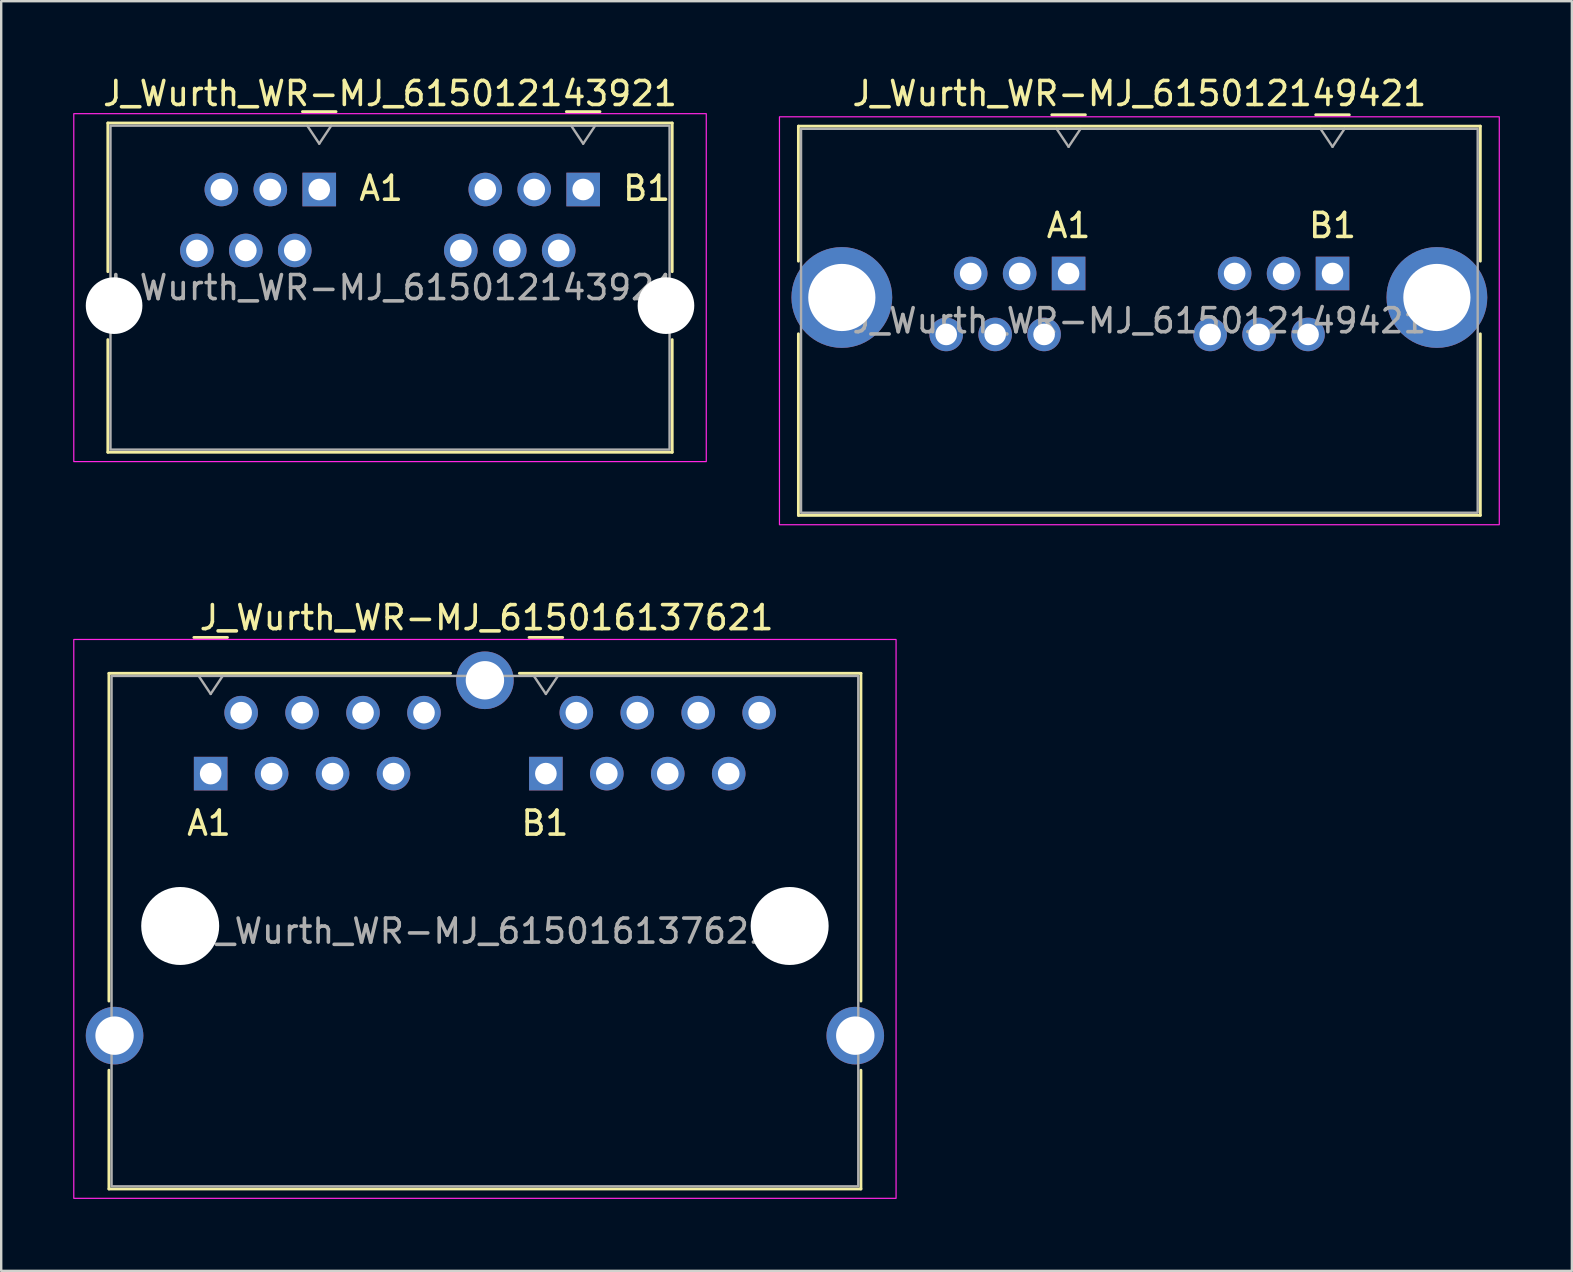
<source format=kicad_pcb>
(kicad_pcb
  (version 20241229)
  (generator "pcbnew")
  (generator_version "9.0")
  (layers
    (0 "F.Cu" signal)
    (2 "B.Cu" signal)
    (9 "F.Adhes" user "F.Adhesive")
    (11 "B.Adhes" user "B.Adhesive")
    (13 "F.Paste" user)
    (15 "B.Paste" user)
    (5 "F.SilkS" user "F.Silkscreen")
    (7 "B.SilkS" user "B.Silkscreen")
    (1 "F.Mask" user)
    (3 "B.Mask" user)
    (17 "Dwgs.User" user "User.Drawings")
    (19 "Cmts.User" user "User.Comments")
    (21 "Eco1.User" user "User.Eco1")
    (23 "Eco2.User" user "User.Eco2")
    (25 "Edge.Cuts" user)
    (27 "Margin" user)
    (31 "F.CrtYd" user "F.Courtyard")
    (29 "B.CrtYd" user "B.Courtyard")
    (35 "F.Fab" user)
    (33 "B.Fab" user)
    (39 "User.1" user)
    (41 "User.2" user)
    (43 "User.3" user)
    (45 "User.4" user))
  (footprint "J_Wurth_WR-MJ_615016137621"
    (layer "F.Cu")
    (at 5.73 29.192)
    (property "Reference" "J_Wurth_WR-MJ_615016137621" (at 11.5 -6.5 0) (unlocked yes) (layer "F.SilkS") (effects (font (size 1 1) (thickness 0.15))))
    (attr through_hole)
    (fp_line (start -4.24 9.479) (end -4.24 -4.18) (stroke (width 0.12) (type solid)) (layer "F.SilkS"))
    (fp_line (start -4.24 12.361) (end -4.24 17.31) (stroke (width 0.12) (type solid)) (layer "F.SilkS"))
    (fp_line (start 0.7 -5.675) (end -0.7 -5.675) (stroke (width 0.12) (type solid)) (layer "F.SilkS"))
    (fp_line (start 9.999 -4.18) (end -4.24 -4.18) (stroke (width 0.12) (type solid)) (layer "F.SilkS"))
    (fp_line (start 12.865 -4.18) (end 27.1 -4.18) (stroke (width 0.12) (type solid)) (layer "F.SilkS"))
    (fp_line (start 14.67 -5.675) (end 13.27 -5.675) (stroke (width 0.12) (type solid)) (layer "F.SilkS"))
    (fp_line (start 27.1 12.361) (end 27.1 17.31) (stroke (width 0.12) (type solid)) (layer "F.SilkS"))
    (fp_line (start 27.1 17.31) (end -4.24 17.31) (stroke (width 0.12) (type solid)) (layer "F.SilkS"))
    (fp_line (start 27.1 9.479) (end 27.1 -4.18) (stroke (width 0.12) (type solid)) (layer "F.SilkS"))
    (fp_rect (start -5.705 -5.59) (end 28.565 17.7) (stroke (width 0.05) (type solid)) (fill no) (layer "F.CrtYd"))
    (fp_line (start 0 -3.32) (end -0.5 -4.07) (stroke (width 0.1) (type solid)) (layer "F.Fab"))
    (fp_line (start 0 -3.32) (end 0.5 -4.07) (stroke (width 0.1) (type solid)) (layer "F.Fab"))
    (fp_line (start 13.97 -3.32) (end 13.47 -4.07) (stroke (width 0.1) (type solid)) (layer "F.Fab"))
    (fp_line (start 13.97 -3.32) (end 14.47 -4.07) (stroke (width 0.1) (type solid)) (layer "F.Fab"))
    (fp_rect (start -4.13 -4.07) (end 26.99 17.2) (stroke (width 0.1) (type solid)) (fill no) (layer "F.Fab"))
    (fp_text user "B1" (at 13.93 2.065 0) (unlocked yes) (layer "F.SilkS") (effects (font (size 1 1) (thickness 0.15))))
    (fp_text user "A1" (at -0.07 2.065 0) (unlocked yes) (layer "F.SilkS") (effects (font (size 1 1) (thickness 0.15))))
    (fp_text user "${REFERENCE}" (at 11.43 6.565 0) (unlocked yes) (layer "F.Fab") (effects (font (size 1 1) (thickness 0.15))))
    (pad "" np_thru_hole circle (at -1.27 6.35) (size 3.25 3.25) (drill 3.25) (layers "*.Cu" "*.Mask"))
    (pad "" np_thru_hole circle (at 24.13 6.35) (size 3.25 3.25) (drill 3.25) (layers "*.Cu" "*.Mask"))
    (pad "A1" thru_hole rect (at 0 0) (size 1.4 1.4) (drill 0.9) (layers "*.Cu" "*.Mask"))
    (pad "A2" thru_hole circle (at 1.27 -2.54) (size 1.4 1.4) (drill 0.9) (layers "*.Cu" "*.Mask"))
    (pad "A3" thru_hole circle (at 2.54 0) (size 1.4 1.4) (drill 0.9) (layers "*.Cu" "*.Mask"))
    (pad "A4" thru_hole circle (at 3.81 -2.54) (size 1.4 1.4) (drill 0.9) (layers "*.Cu" "*.Mask"))
    (pad "A5" thru_hole circle (at 5.08 0) (size 1.4 1.4) (drill 0.9) (layers "*.Cu" "*.Mask"))
    (pad "A6" thru_hole circle (at 6.35 -2.54) (size 1.4 1.4) (drill 0.9) (layers "*.Cu" "*.Mask"))
    (pad "A7" thru_hole circle (at 7.62 0) (size 1.4 1.4) (drill 0.9) (layers "*.Cu" "*.Mask"))
    (pad "A8" thru_hole circle (at 8.89 -2.54) (size 1.4 1.4) (drill 0.9) (layers "*.Cu" "*.Mask"))
    (pad "B1" thru_hole rect (at 13.97 0) (size 1.4 1.4) (drill 0.9) (layers "*.Cu" "*.Mask"))
    (pad "B2" thru_hole circle (at 15.24 -2.54) (size 1.4 1.4) (drill 0.9) (layers "*.Cu" "*.Mask"))
    (pad "B3" thru_hole circle (at 16.51 0) (size 1.4 1.4) (drill 0.9) (layers "*.Cu" "*.Mask"))
    (pad "B4" thru_hole circle (at 17.78 -2.54) (size 1.4 1.4) (drill 0.9) (layers "*.Cu" "*.Mask"))
    (pad "B5" thru_hole circle (at 19.05 0) (size 1.4 1.4) (drill 0.9) (layers "*.Cu" "*.Mask"))
    (pad "B6" thru_hole circle (at 20.32 -2.54) (size 1.4 1.4) (drill 0.9) (layers "*.Cu" "*.Mask"))
    (pad "B7" thru_hole circle (at 21.59 0) (size 1.4 1.4) (drill 0.9) (layers "*.Cu" "*.Mask"))
    (pad "B8" thru_hole circle (at 22.86 -2.54) (size 1.4 1.4) (drill 0.9) (layers "*.Cu" "*.Mask"))
    (pad "S1" thru_hole circle (at -4.005 10.92) (size 2.4 2.4) (drill 1.6) (layers "*.Cu" "*.Mask"))
    (pad "S2" thru_hole circle (at 11.43 -3.89) (size 2.4 2.4) (drill 1.6) (layers "*.Cu" "*.Mask"))
    (pad "S3" thru_hole circle (at 26.865 10.92) (size 2.4 2.4) (drill 1.6) (layers "*.Cu" "*.Mask")))
  (footprint "J_Wurth_WR-MJ_615012143921"
    (layer "F.Cu")
    (at 10.255 4.848)
    (property "Reference" "J_Wurth_WR-MJ_615012143921" (at 2.95 -4 0) (unlocked yes) (layer "F.SilkS") (effects (font (size 1 1) (thickness 0.15))))
    (attr through_hole)
    (fp_line (start -8.81 3.424) (end -8.81 -2.77) (stroke (width 0.12) (type solid)) (layer "F.SilkS"))
    (fp_line (start -8.81 6.256) (end -8.81 10.95) (stroke (width 0.12) (type solid)) (layer "F.SilkS"))
    (fp_line (start -8.81 -2.77) (end 14.71 -2.77) (stroke (width 0.12) (type solid)) (layer "F.SilkS"))
    (fp_line (start 0.7 -3.245) (end -0.7 -3.245) (stroke (width 0.12) (type solid)) (layer "F.SilkS"))
    (fp_line (start 11.7 -3.245) (end 10.3 -3.245) (stroke (width 0.12) (type solid)) (layer "F.SilkS"))
    (fp_line (start 14.71 3.424) (end 14.71 -2.77) (stroke (width 0.12) (type solid)) (layer "F.SilkS"))
    (fp_line (start 14.71 10.95) (end -8.81 10.95) (stroke (width 0.12) (type solid)) (layer "F.SilkS"))
    (fp_line (start 14.71 6.256) (end 14.71 10.95) (stroke (width 0.12) (type solid)) (layer "F.SilkS"))
    (fp_rect (start -10.23 -3.16) (end 16.13 11.34) (stroke (width 0.05) (type solid)) (fill no) (layer "F.CrtYd"))
    (fp_line (start 0 -1.91) (end -0.5 -2.66) (stroke (width 0.1) (type solid)) (layer "F.Fab"))
    (fp_line (start 0 -1.91) (end 0.5 -2.66) (stroke (width 0.1) (type solid)) (layer "F.Fab"))
    (fp_line (start 11 -1.91) (end 10.5 -2.66) (stroke (width 0.1) (type solid)) (layer "F.Fab"))
    (fp_line (start 11 -1.91) (end 11.5 -2.66) (stroke (width 0.1) (type solid)) (layer "F.Fab"))
    (fp_rect (start -8.7 -2.66) (end 14.6 10.84) (stroke (width 0.1) (type solid)) (fill no) (layer "F.Fab"))
    (fp_text user "B1" (at 12.57 0.535 0) (unlocked yes) (layer "F.SilkS") (effects (font (size 1 1) (thickness 0.15)) (justify left bottom)))
    (fp_text user "A1" (at 1.575 0.535 0) (unlocked yes) (layer "F.SilkS") (effects (font (size 1 1) (thickness 0.15)) (justify left bottom)))
    (fp_text user "${REFERENCE}" (at 2.95 4.09 0) (unlocked yes) (layer "F.Fab") (effects (font (size 1 1) (thickness 0.15))))
    (pad "" np_thru_hole circle (at -8.55 4.84) (size 2.36 2.36) (drill 2.36) (layers "*.Cu" "*.Mask"))
    (pad "" np_thru_hole circle (at 14.45 4.84) (size 2.36 2.36) (drill 2.36) (layers "*.Cu" "*.Mask"))
    (pad "A1" thru_hole rect (at 0 0) (size 1.4 1.4) (drill 0.9) (layers "*.Cu" "*.Mask"))
    (pad "A2" thru_hole circle (at -1.02 2.54) (size 1.4 1.4) (drill 0.9) (layers "*.Cu" "*.Mask"))
    (pad "A3" thru_hole circle (at -2.04 0) (size 1.4 1.4) (drill 0.9) (layers "*.Cu" "*.Mask"))
    (pad "A4" thru_hole circle (at -3.06 2.54) (size 1.4 1.4) (drill 0.9) (layers "*.Cu" "*.Mask"))
    (pad "A5" thru_hole circle (at -4.08 0) (size 1.4 1.4) (drill 0.9) (layers "*.Cu" "*.Mask"))
    (pad "A6" thru_hole circle (at -5.1 2.54) (size 1.4 1.4) (drill 0.9) (layers "*.Cu" "*.Mask"))
    (pad "B1" thru_hole rect (at 11 0) (size 1.4 1.4) (drill 0.9) (layers "*.Cu" "*.Mask"))
    (pad "B2" thru_hole circle (at 9.98 2.54) (size 1.4 1.4) (drill 0.9) (layers "*.Cu" "*.Mask"))
    (pad "B3" thru_hole circle (at 8.96 0) (size 1.4 1.4) (drill 0.9) (layers "*.Cu" "*.Mask"))
    (pad "B4" thru_hole circle (at 7.94 2.54) (size 1.4 1.4) (drill 0.9) (layers "*.Cu" "*.Mask"))
    (pad "B5" thru_hole circle (at 6.92 0) (size 1.4 1.4) (drill 0.9) (layers "*.Cu" "*.Mask"))
    (pad "B6" thru_hole circle (at 5.9 2.54) (size 1.4 1.4) (drill 0.9) (layers "*.Cu" "*.Mask")))
  (footprint "J_Wurth_WR-MJ_615012149421"
    (layer "F.Cu")
    (at 41.485 8.348)
    (property "Reference" "J_Wurth_WR-MJ_615012149421" (at 2.95 -7.5 0) (unlocked yes) (layer "F.SilkS") (effects (font (size 1 1) (thickness 0.15))))
    (attr through_hole)
    (fp_line (start -11.26 -0.514) (end -11.26 -6.14) (stroke (width 0.12) (type solid)) (layer "F.SilkS"))
    (fp_line (start -11.26 2.514) (end -11.26 10.08) (stroke (width 0.12) (type solid)) (layer "F.SilkS"))
    (fp_line (start 0.7 -6.615) (end -0.7 -6.615) (stroke (width 0.12) (type solid)) (layer "F.SilkS"))
    (fp_line (start 11.7 -6.615) (end 10.3 -6.615) (stroke (width 0.12) (type solid)) (layer "F.SilkS"))
    (fp_line (start 17.16 -6.14) (end -11.26 -6.14) (stroke (width 0.12) (type solid)) (layer "F.SilkS"))
    (fp_line (start 17.16 -0.514) (end 17.16 -6.14) (stroke (width 0.12) (type solid)) (layer "F.SilkS"))
    (fp_line (start 17.16 2.514) (end 17.16 10.08) (stroke (width 0.12) (type solid)) (layer "F.SilkS"))
    (fp_line (start 17.16 10.08) (end -11.26 10.08) (stroke (width 0.12) (type solid)) (layer "F.SilkS"))
    (fp_rect (start -12.05 -6.53) (end 17.95 10.47) (stroke (width 0.05) (type solid)) (fill no) (layer "F.CrtYd"))
    (fp_line (start 0 -5.28) (end -0.5 -6.03) (stroke (width 0.1) (type solid)) (layer "F.Fab"))
    (fp_line (start 0 -5.28) (end 0.5 -6.03) (stroke (width 0.1) (type solid)) (layer "F.Fab"))
    (fp_line (start 11 -5.28) (end 10.5 -6.03) (stroke (width 0.1) (type solid)) (layer "F.Fab"))
    (fp_line (start 11 -5.28) (end 11.5 -6.03) (stroke (width 0.1) (type solid)) (layer "F.Fab"))
    (fp_rect (start -11.15 -6.03) (end 17.05 9.97) (stroke (width 0.1) (type solid)) (fill no) (layer "F.Fab"))
    (fp_text user "A1" (at 0 -2 0) (unlocked yes) (layer "F.SilkS") (effects (font (size 1 1) (thickness 0.15))))
    (fp_text user "B1" (at 11 -2 0) (unlocked yes) (layer "F.SilkS") (effects (font (size 1 1) (thickness 0.15))))
    (fp_text user "${REFERENCE}" (at 2.95 1.97 0) (unlocked yes) (layer "F.Fab") (effects (font (size 1 1) (thickness 0.15))))
    (pad "A1" thru_hole rect (at 0 0) (size 1.4 1.4) (drill 0.9) (layers "*.Cu" "*.Mask"))
    (pad "A2" thru_hole circle (at -1.02 2.54) (size 1.4 1.4) (drill 0.9) (layers "*.Cu" "*.Mask"))
    (pad "A3" thru_hole circle (at -2.04 0) (size 1.4 1.4) (drill 0.9) (layers "*.Cu" "*.Mask"))
    (pad "A4" thru_hole circle (at -3.06 2.54) (size 1.4 1.4) (drill 0.9) (layers "*.Cu" "*.Mask"))
    (pad "A5" thru_hole circle (at -4.08 0) (size 1.4 1.4) (drill 0.9) (layers "*.Cu" "*.Mask"))
    (pad "A6" thru_hole circle (at -5.1 2.54) (size 1.4 1.4) (drill 0.9) (layers "*.Cu" "*.Mask"))
    (pad "B1" thru_hole rect (at 11 0) (size 1.4 1.4) (drill 0.9) (layers "*.Cu" "*.Mask"))
    (pad "B2" thru_hole circle (at 9.98 2.54) (size 1.4 1.4) (drill 0.9) (layers "*.Cu" "*.Mask"))
    (pad "B3" thru_hole circle (at 8.96 0) (size 1.4 1.4) (drill 0.9) (layers "*.Cu" "*.Mask"))
    (pad "B4" thru_hole circle (at 7.94 2.54) (size 1.4 1.4) (drill 0.9) (layers "*.Cu" "*.Mask"))
    (pad "B5" thru_hole circle (at 6.92 0) (size 1.4 1.4) (drill 0.9) (layers "*.Cu" "*.Mask"))
    (pad "B6" thru_hole circle (at 5.9 2.54) (size 1.4 1.4) (drill 0.9) (layers "*.Cu" "*.Mask"))
    (pad "S1" thru_hole circle (at -9.45 1) (size 4.2 4.2) (drill 2.8) (layers "*.Cu" "*.Mask"))
    (pad "S2" thru_hole circle (at 15.35 1) (size 4.2 4.2) (drill 2.8) (layers "*.Cu" "*.Mask")))
  (gr_rect
    (start -3 -3)
    (end 62.46 49.916)
    (stroke (width 0.1) (type default))
    (fill no)
    (layer "Edge.Cuts")))
</source>
